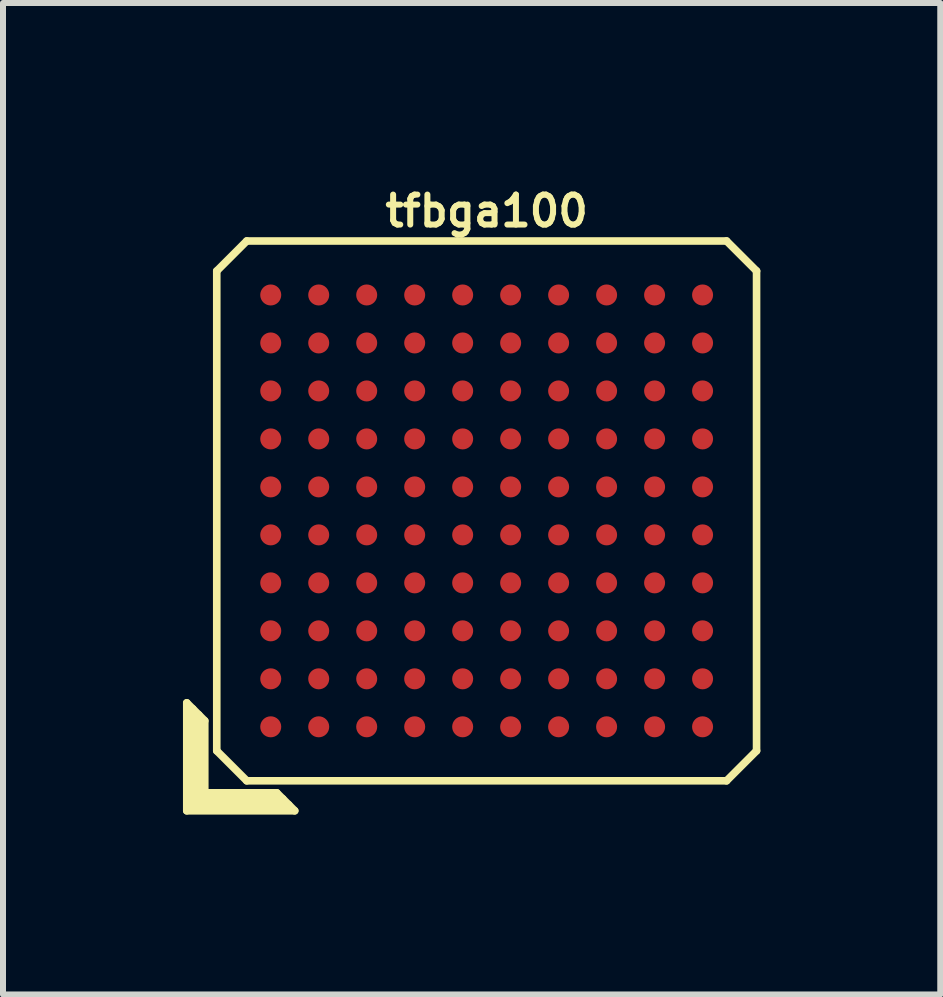
<source format=kicad_pcb>
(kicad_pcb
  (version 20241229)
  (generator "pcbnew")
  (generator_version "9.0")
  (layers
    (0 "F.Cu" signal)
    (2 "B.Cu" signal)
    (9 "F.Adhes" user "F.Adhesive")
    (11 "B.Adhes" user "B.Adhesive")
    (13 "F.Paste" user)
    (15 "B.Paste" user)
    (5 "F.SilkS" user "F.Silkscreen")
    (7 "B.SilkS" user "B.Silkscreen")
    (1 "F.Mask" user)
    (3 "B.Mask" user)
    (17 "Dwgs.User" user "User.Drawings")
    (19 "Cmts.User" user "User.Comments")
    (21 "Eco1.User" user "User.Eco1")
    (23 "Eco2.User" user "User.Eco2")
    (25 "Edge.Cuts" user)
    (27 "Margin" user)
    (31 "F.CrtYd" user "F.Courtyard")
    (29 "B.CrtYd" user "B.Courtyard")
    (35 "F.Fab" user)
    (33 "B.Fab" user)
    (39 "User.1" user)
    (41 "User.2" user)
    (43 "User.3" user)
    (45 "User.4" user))
  (footprint "tfbga100"
    (layer "F.Cu")
    (at 5.064 5.468)
    (property "Reference" "tfbga100" (at 0 -5 0) (layer "F.SilkS") (effects (font (size 0.5 0.5) (thickness 0.1))))
    (attr through_hole)
    (fp_line (start -5 3.2) (end -4.7 3.5) (stroke (width 0.127) (type solid)) (layer "F.SilkS"))
    (fp_line (start -5 5) (end -5 3.2) (stroke (width 0.127) (type solid)) (layer "F.SilkS"))
    (fp_line (start -4.9 4.9) (end -4.9 3.3) (stroke (width 0.127) (type solid)) (layer "F.SilkS"))
    (fp_line (start -4.8 3.4) (end -4.8 4.8) (stroke (width 0.127) (type solid)) (layer "F.SilkS"))
    (fp_line (start -4.8 4.8) (end -3.4 4.8) (stroke (width 0.127) (type solid)) (layer "F.SilkS"))
    (fp_line (start -4.7 3.5) (end -4.7 4.7) (stroke (width 0.127) (type solid)) (layer "F.SilkS"))
    (fp_line (start -4.7 4.7) (end -3.5 4.7) (stroke (width 0.127) (type solid)) (layer "F.SilkS"))
    (fp_line (start -4.5 -4) (end -4 -4.5) (stroke (width 0.127) (type solid)) (layer "F.SilkS"))
    (fp_line (start -4.5 4) (end -4.5 -4) (stroke (width 0.127) (type solid)) (layer "F.SilkS"))
    (fp_line (start -4 -4.5) (end 4 -4.5) (stroke (width 0.127) (type solid)) (layer "F.SilkS"))
    (fp_line (start -4 4.5) (end -4.5 4) (stroke (width 0.127) (type solid)) (layer "F.SilkS"))
    (fp_line (start -3.5 4.7) (end -3.2 5) (stroke (width 0.127) (type solid)) (layer "F.SilkS"))
    (fp_line (start -3.3 4.9) (end -4.9 4.9) (stroke (width 0.127) (type solid)) (layer "F.SilkS"))
    (fp_line (start -3.2 5) (end -5 5) (stroke (width 0.127) (type solid)) (layer "F.SilkS"))
    (fp_line (start 4 -4.5) (end 4.5 -4) (stroke (width 0.127) (type solid)) (layer "F.SilkS"))
    (fp_line (start 4 4.5) (end -4 4.5) (stroke (width 0.127) (type solid)) (layer "F.SilkS"))
    (fp_line (start 4.5 -4) (end 4.5 4) (stroke (width 0.127) (type solid)) (layer "F.SilkS"))
    (fp_line (start 4.5 4) (end 4 4.5) (stroke (width 0.127) (type solid)) (layer "F.SilkS"))
    (pad "A1" smd circle (at -3.6 3.6) (size 0.35 0.35) (layers "F.Cu" "F.Mask" "F.Paste"))
    (pad "A2" smd circle (at -2.8 3.6) (size 0.35 0.35) (layers "F.Cu" "F.Mask" "F.Paste"))
    (pad "A3" smd circle (at -2 3.6) (size 0.35 0.35) (layers "F.Cu" "F.Mask" "F.Paste"))
    (pad "A4" smd circle (at -1.2 3.6) (size 0.35 0.35) (layers "F.Cu" "F.Mask" "F.Paste"))
    (pad "A5" smd circle (at -0.4 3.6) (size 0.35 0.35) (layers "F.Cu" "F.Mask" "F.Paste"))
    (pad "A6" smd circle (at 0.4 3.6) (size 0.35 0.35) (layers "F.Cu" "F.Mask" "F.Paste"))
    (pad "A7" smd circle (at 1.2 3.6) (size 0.35 0.35) (layers "F.Cu" "F.Mask" "F.Paste"))
    (pad "A8" smd circle (at 2 3.6) (size 0.35 0.35) (layers "F.Cu" "F.Mask" "F.Paste"))
    (pad "A9" smd circle (at 2.8 3.6) (size 0.35 0.35) (layers "F.Cu" "F.Mask" "F.Paste"))
    (pad "A10" smd circle (at 3.6 3.6) (size 0.35 0.35) (layers "F.Cu" "F.Mask" "F.Paste"))
    (pad "B1" smd circle (at -3.6 2.8) (size 0.35 0.35) (layers "F.Cu" "F.Mask" "F.Paste"))
    (pad "B2" smd circle (at -2.8 2.8) (size 0.35 0.35) (layers "F.Cu" "F.Mask" "F.Paste"))
    (pad "B3" smd circle (at -2 2.8) (size 0.35 0.35) (layers "F.Cu" "F.Mask" "F.Paste"))
    (pad "B4" smd circle (at -1.2 2.8) (size 0.35 0.35) (layers "F.Cu" "F.Mask" "F.Paste"))
    (pad "B5" smd circle (at -0.4 2.8) (size 0.35 0.35) (layers "F.Cu" "F.Mask" "F.Paste"))
    (pad "B6" smd circle (at 0.4 2.8) (size 0.35 0.35) (layers "F.Cu" "F.Mask" "F.Paste"))
    (pad "B7" smd circle (at 1.2 2.8) (size 0.35 0.35) (layers "F.Cu" "F.Mask" "F.Paste"))
    (pad "B8" smd circle (at 2 2.8) (size 0.35 0.35) (layers "F.Cu" "F.Mask" "F.Paste"))
    (pad "B9" smd circle (at 2.8 2.8) (size 0.35 0.35) (layers "F.Cu" "F.Mask" "F.Paste"))
    (pad "B10" smd circle (at 3.6 2.8) (size 0.35 0.35) (layers "F.Cu" "F.Mask" "F.Paste"))
    (pad "C1" smd circle (at -3.6 2) (size 0.35 0.35) (layers "F.Cu" "F.Mask" "F.Paste"))
    (pad "C2" smd circle (at -2.8 2) (size 0.35 0.35) (layers "F.Cu" "F.Mask" "F.Paste"))
    (pad "C3" smd circle (at -2 2) (size 0.35 0.35) (layers "F.Cu" "F.Mask" "F.Paste"))
    (pad "C4" smd circle (at -1.2 2) (size 0.35 0.35) (layers "F.Cu" "F.Mask" "F.Paste"))
    (pad "C5" smd circle (at -0.4 2) (size 0.35 0.35) (layers "F.Cu" "F.Mask" "F.Paste"))
    (pad "C6" smd circle (at 0.4 2) (size 0.35 0.35) (layers "F.Cu" "F.Mask" "F.Paste"))
    (pad "C7" smd circle (at 1.2 2) (size 0.35 0.35) (layers "F.Cu" "F.Mask" "F.Paste"))
    (pad "C8" smd circle (at 2 2) (size 0.35 0.35) (layers "F.Cu" "F.Mask" "F.Paste"))
    (pad "C9" smd circle (at 2.8 2) (size 0.35 0.35) (layers "F.Cu" "F.Mask" "F.Paste"))
    (pad "C10" smd circle (at 3.6 2) (size 0.35 0.35) (layers "F.Cu" "F.Mask" "F.Paste"))
    (pad "D1" smd circle (at -3.6 1.2) (size 0.35 0.35) (layers "F.Cu" "F.Mask" "F.Paste"))
    (pad "D2" smd circle (at -2.8 1.2) (size 0.35 0.35) (layers "F.Cu" "F.Mask" "F.Paste"))
    (pad "D3" smd circle (at -2 1.2) (size 0.35 0.35) (layers "F.Cu" "F.Mask" "F.Paste"))
    (pad "D4" smd circle (at -1.2 1.2) (size 0.35 0.35) (layers "F.Cu" "F.Mask" "F.Paste"))
    (pad "D5" smd circle (at -0.4 1.2) (size 0.35 0.35) (layers "F.Cu" "F.Mask" "F.Paste"))
    (pad "D6" smd circle (at 0.4 1.2) (size 0.35 0.35) (layers "F.Cu" "F.Mask" "F.Paste"))
    (pad "D7" smd circle (at 1.2 1.2) (size 0.35 0.35) (layers "F.Cu" "F.Mask" "F.Paste"))
    (pad "D8" smd circle (at 2 1.2) (size 0.35 0.35) (layers "F.Cu" "F.Mask" "F.Paste"))
    (pad "D9" smd circle (at 2.8 1.2) (size 0.35 0.35) (layers "F.Cu" "F.Mask" "F.Paste"))
    (pad "D10" smd circle (at 3.6 1.2) (size 0.35 0.35) (layers "F.Cu" "F.Mask" "F.Paste"))
    (pad "E1" smd circle (at -3.6 0.4) (size 0.35 0.35) (layers "F.Cu" "F.Mask" "F.Paste"))
    (pad "E2" smd circle (at -2.8 0.4) (size 0.35 0.35) (layers "F.Cu" "F.Mask" "F.Paste"))
    (pad "E3" smd circle (at -2 0.4) (size 0.35 0.35) (layers "F.Cu" "F.Mask" "F.Paste"))
    (pad "E4" smd circle (at -1.2 0.4) (size 0.35 0.35) (layers "F.Cu" "F.Mask" "F.Paste"))
    (pad "E5" smd circle (at -0.4 0.4) (size 0.35 0.35) (layers "F.Cu" "F.Mask" "F.Paste"))
    (pad "E6" smd circle (at 0.4 0.4) (size 0.35 0.35) (layers "F.Cu" "F.Mask" "F.Paste"))
    (pad "E7" smd circle (at 1.2 0.4) (size 0.35 0.35) (layers "F.Cu" "F.Mask" "F.Paste"))
    (pad "E8" smd circle (at 2 0.4) (size 0.35 0.35) (layers "F.Cu" "F.Mask" "F.Paste"))
    (pad "E9" smd circle (at 2.8 0.4) (size 0.35 0.35) (layers "F.Cu" "F.Mask" "F.Paste"))
    (pad "E10" smd circle (at 3.6 0.4) (size 0.35 0.35) (layers "F.Cu" "F.Mask" "F.Paste"))
    (pad "F1" smd circle (at -3.6 -0.4) (size 0.35 0.35) (layers "F.Cu" "F.Mask" "F.Paste"))
    (pad "F2" smd circle (at -2.8 -0.4) (size 0.35 0.35) (layers "F.Cu" "F.Mask" "F.Paste"))
    (pad "F3" smd circle (at -2 -0.4) (size 0.35 0.35) (layers "F.Cu" "F.Mask" "F.Paste"))
    (pad "F4" smd circle (at -1.2 -0.4) (size 0.35 0.35) (layers "F.Cu" "F.Mask" "F.Paste"))
    (pad "F5" smd circle (at -0.4 -0.4) (size 0.35 0.35) (layers "F.Cu" "F.Mask" "F.Paste"))
    (pad "F6" smd circle (at 0.4 -0.4) (size 0.35 0.35) (layers "F.Cu" "F.Mask" "F.Paste"))
    (pad "F7" smd circle (at 1.2 -0.4) (size 0.35 0.35) (layers "F.Cu" "F.Mask" "F.Paste"))
    (pad "F8" smd circle (at 2 -0.4) (size 0.35 0.35) (layers "F.Cu" "F.Mask" "F.Paste"))
    (pad "F9" smd circle (at 2.8 -0.4) (size 0.35 0.35) (layers "F.Cu" "F.Mask" "F.Paste"))
    (pad "F10" smd circle (at 3.6 -0.4) (size 0.35 0.35) (layers "F.Cu" "F.Mask" "F.Paste"))
    (pad "G1" smd circle (at -3.6 -1.2) (size 0.35 0.35) (layers "F.Cu" "F.Mask" "F.Paste"))
    (pad "G2" smd circle (at -2.8 -1.2) (size 0.35 0.35) (layers "F.Cu" "F.Mask" "F.Paste"))
    (pad "G3" smd circle (at -2 -1.2) (size 0.35 0.35) (layers "F.Cu" "F.Mask" "F.Paste"))
    (pad "G4" smd circle (at -1.2 -1.2) (size 0.35 0.35) (layers "F.Cu" "F.Mask" "F.Paste"))
    (pad "G5" smd circle (at -0.4 -1.2) (size 0.35 0.35) (layers "F.Cu" "F.Mask" "F.Paste"))
    (pad "G6" smd circle (at 0.4 -1.2) (size 0.35 0.35) (layers "F.Cu" "F.Mask" "F.Paste"))
    (pad "G7" smd circle (at 1.2 -1.2) (size 0.35 0.35) (layers "F.Cu" "F.Mask" "F.Paste"))
    (pad "G8" smd circle (at 2 -1.2) (size 0.35 0.35) (layers "F.Cu" "F.Mask" "F.Paste"))
    (pad "G9" smd circle (at 2.8 -1.2) (size 0.35 0.35) (layers "F.Cu" "F.Mask" "F.Paste"))
    (pad "G10" smd circle (at 3.6 -1.2) (size 0.35 0.35) (layers "F.Cu" "F.Mask" "F.Paste"))
    (pad "H1" smd circle (at -3.6 -2) (size 0.35 0.35) (layers "F.Cu" "F.Mask" "F.Paste"))
    (pad "H2" smd circle (at -2.8 -2) (size 0.35 0.35) (layers "F.Cu" "F.Mask" "F.Paste"))
    (pad "H3" smd circle (at -2 -2) (size 0.35 0.35) (layers "F.Cu" "F.Mask" "F.Paste"))
    (pad "H4" smd circle (at -1.2 -2) (size 0.35 0.35) (layers "F.Cu" "F.Mask" "F.Paste"))
    (pad "H5" smd circle (at -0.4 -2) (size 0.35 0.35) (layers "F.Cu" "F.Mask" "F.Paste"))
    (pad "H6" smd circle (at 0.4 -2) (size 0.35 0.35) (layers "F.Cu" "F.Mask" "F.Paste"))
    (pad "H7" smd circle (at 1.2 -2) (size 0.35 0.35) (layers "F.Cu" "F.Mask" "F.Paste"))
    (pad "H8" smd circle (at 2 -2) (size 0.35 0.35) (layers "F.Cu" "F.Mask" "F.Paste"))
    (pad "H9" smd circle (at 2.8 -2) (size 0.35 0.35) (layers "F.Cu" "F.Mask" "F.Paste"))
    (pad "H10" smd circle (at 3.6 -2) (size 0.35 0.35) (layers "F.Cu" "F.Mask" "F.Paste"))
    (pad "J1" smd circle (at -3.6 -2.8) (size 0.35 0.35) (layers "F.Cu" "F.Mask" "F.Paste"))
    (pad "J2" smd circle (at -2.8 -2.8) (size 0.35 0.35) (layers "F.Cu" "F.Mask" "F.Paste"))
    (pad "J3" smd circle (at -2 -2.8) (size 0.35 0.35) (layers "F.Cu" "F.Mask" "F.Paste"))
    (pad "J4" smd circle (at -1.2 -2.8) (size 0.35 0.35) (layers "F.Cu" "F.Mask" "F.Paste"))
    (pad "J5" smd circle (at -0.4 -2.8) (size 0.35 0.35) (layers "F.Cu" "F.Mask" "F.Paste"))
    (pad "J6" smd circle (at 0.4 -2.8) (size 0.35 0.35) (layers "F.Cu" "F.Mask" "F.Paste"))
    (pad "J7" smd circle (at 1.2 -2.8) (size 0.35 0.35) (layers "F.Cu" "F.Mask" "F.Paste"))
    (pad "J8" smd circle (at 2 -2.8) (size 0.35 0.35) (layers "F.Cu" "F.Mask" "F.Paste"))
    (pad "J9" smd circle (at 2.8 -2.8) (size 0.35 0.35) (layers "F.Cu" "F.Mask" "F.Paste"))
    (pad "J10" smd circle (at 3.6 -2.8) (size 0.35 0.35) (layers "F.Cu" "F.Mask" "F.Paste"))
    (pad "K1" smd circle (at -3.6 -3.6) (size 0.35 0.35) (layers "F.Cu" "F.Mask" "F.Paste"))
    (pad "K2" smd circle (at -2.8 -3.6) (size 0.35 0.35) (layers "F.Cu" "F.Mask" "F.Paste"))
    (pad "K3" smd circle (at -2 -3.6) (size 0.35 0.35) (layers "F.Cu" "F.Mask" "F.Paste"))
    (pad "K4" smd circle (at -1.2 -3.6) (size 0.35 0.35) (layers "F.Cu" "F.Mask" "F.Paste"))
    (pad "K5" smd circle (at -0.4 -3.6) (size 0.35 0.35) (layers "F.Cu" "F.Mask" "F.Paste"))
    (pad "K6" smd circle (at 0.4 -3.6) (size 0.35 0.35) (layers "F.Cu" "F.Mask" "F.Paste"))
    (pad "K7" smd circle (at 1.2 -3.6) (size 0.35 0.35) (layers "F.Cu" "F.Mask" "F.Paste"))
    (pad "K8" smd circle (at 2 -3.6) (size 0.35 0.35) (layers "F.Cu" "F.Mask" "F.Paste"))
    (pad "K9" smd circle (at 2.8 -3.6) (size 0.35 0.35) (layers "F.Cu" "F.Mask" "F.Paste"))
    (pad "K10" smd circle (at 3.6 -3.6) (size 0.35 0.35) (layers "F.Cu" "F.Mask" "F.Paste")))
  (gr_rect
    (start -3 -3)
    (end 12.627 13.531)
    (stroke (width 0.1) (type default))
    (fill no)
    (layer "Edge.Cuts")))
</source>
